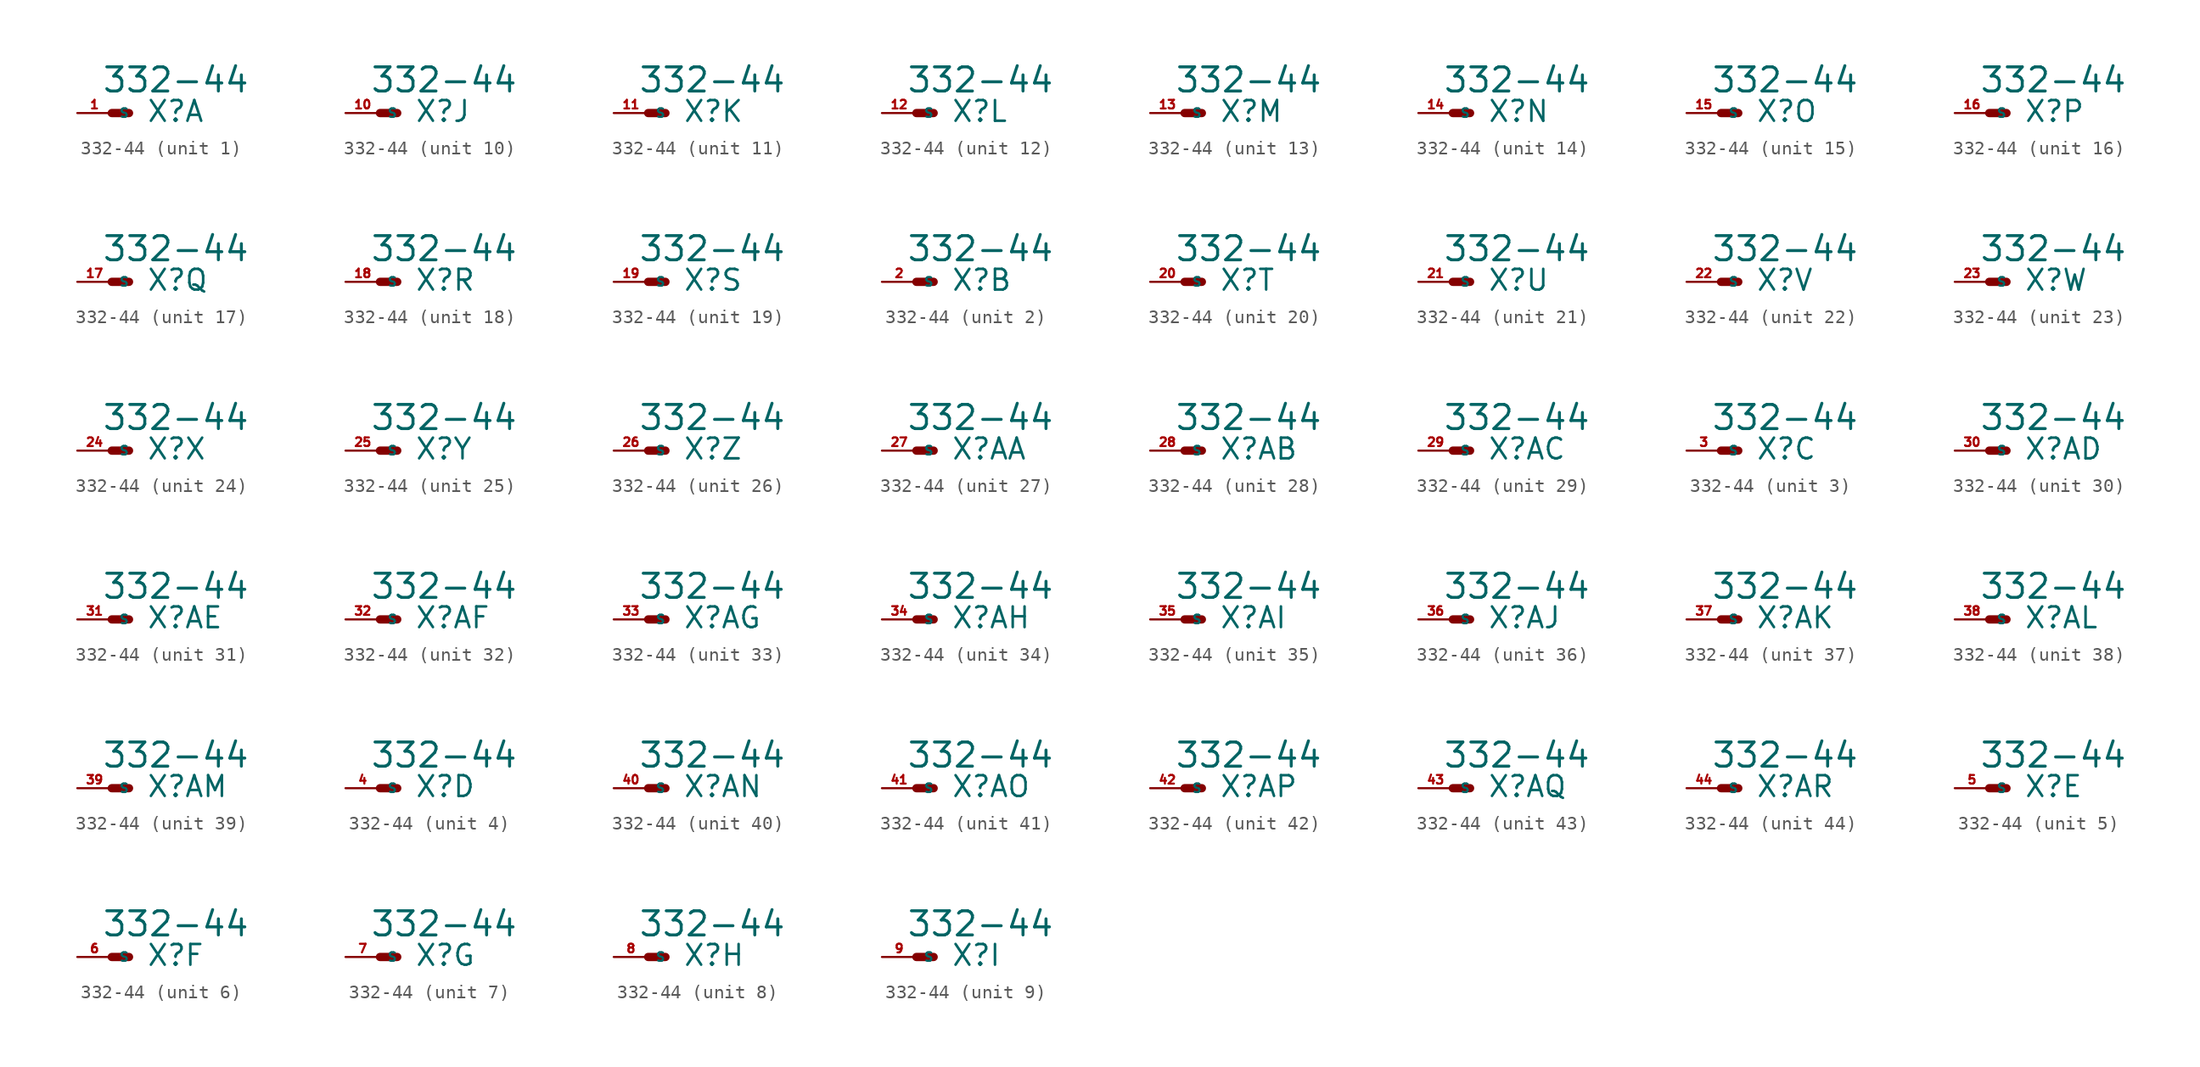
<source format=kicad_sym>
(kicad_symbol_lib
  (version 20220914)
  (generator Eagle2Kicad)
  (symbol "332-44"
    (property "Reference" "X"
      (at 2.54 -0.762 0)
      (effects (font (size 1.524 1.524) (thickness 0.19)) (justify left bottom)))
    (property "Value" "332-44"
      (at -0.762 1.397 0)
      (effects (font (size 1.778 1.778) (thickness 0.22)) (justify left bottom)))
    (symbol "332-44_1_0"
      (polyline (pts (xy 1.27 0) (xy 0 0)) (stroke (width 0.61) (type default)) (fill (type none)))
      (pin passive line (at -2.54 0 0) (length 2.54) (name "S" (effects (font (size 0.635 0.635) (thickness 0.08)) (justify left bottom))) (number "1" (effects (font (size 0.635 0.635) (thickness 0.08)) (justify left bottom)))))
    (symbol "332-44_2_0"
      (polyline (pts (xy 1.27 0) (xy 0 0)) (stroke (width 0.61) (type default)) (fill (type none)))
      (pin passive line (at -2.54 0 0) (length 2.54) (name "S" (effects (font (size 0.635 0.635) (thickness 0.08)) (justify left bottom))) (number "2" (effects (font (size 0.635 0.635) (thickness 0.08)) (justify left bottom)))))
    (symbol "332-44_3_0"
      (polyline (pts (xy 1.27 0) (xy 0 0)) (stroke (width 0.61) (type default)) (fill (type none)))
      (pin passive line (at -2.54 0 0) (length 2.54) (name "S" (effects (font (size 0.635 0.635) (thickness 0.08)) (justify left bottom))) (number "3" (effects (font (size 0.635 0.635) (thickness 0.08)) (justify left bottom)))))
    (symbol "332-44_4_0"
      (polyline (pts (xy 1.27 0) (xy 0 0)) (stroke (width 0.61) (type default)) (fill (type none)))
      (pin passive line (at -2.54 0 0) (length 2.54) (name "S" (effects (font (size 0.635 0.635) (thickness 0.08)) (justify left bottom))) (number "4" (effects (font (size 0.635 0.635) (thickness 0.08)) (justify left bottom)))))
    (symbol "332-44_5_0"
      (polyline (pts (xy 1.27 0) (xy 0 0)) (stroke (width 0.61) (type default)) (fill (type none)))
      (pin passive line (at -2.54 0 0) (length 2.54) (name "S" (effects (font (size 0.635 0.635) (thickness 0.08)) (justify left bottom))) (number "5" (effects (font (size 0.635 0.635) (thickness 0.08)) (justify left bottom)))))
    (symbol "332-44_6_0"
      (polyline (pts (xy 1.27 0) (xy 0 0)) (stroke (width 0.61) (type default)) (fill (type none)))
      (pin passive line (at -2.54 0 0) (length 2.54) (name "S" (effects (font (size 0.635 0.635) (thickness 0.08)) (justify left bottom))) (number "6" (effects (font (size 0.635 0.635) (thickness 0.08)) (justify left bottom)))))
    (symbol "332-44_7_0"
      (polyline (pts (xy 1.27 0) (xy 0 0)) (stroke (width 0.61) (type default)) (fill (type none)))
      (pin passive line (at -2.54 0 0) (length 2.54) (name "S" (effects (font (size 0.635 0.635) (thickness 0.08)) (justify left bottom))) (number "7" (effects (font (size 0.635 0.635) (thickness 0.08)) (justify left bottom)))))
    (symbol "332-44_8_0"
      (polyline (pts (xy 1.27 0) (xy 0 0)) (stroke (width 0.61) (type default)) (fill (type none)))
      (pin passive line (at -2.54 0 0) (length 2.54) (name "S" (effects (font (size 0.635 0.635) (thickness 0.08)) (justify left bottom))) (number "8" (effects (font (size 0.635 0.635) (thickness 0.08)) (justify left bottom)))))
    (symbol "332-44_9_0"
      (polyline (pts (xy 1.27 0) (xy 0 0)) (stroke (width 0.61) (type default)) (fill (type none)))
      (pin passive line (at -2.54 0 0) (length 2.54) (name "S" (effects (font (size 0.635 0.635) (thickness 0.08)) (justify left bottom))) (number "9" (effects (font (size 0.635 0.635) (thickness 0.08)) (justify left bottom)))))
    (symbol "332-44_10_0"
      (polyline (pts (xy 1.27 0) (xy 0 0)) (stroke (width 0.61) (type default)) (fill (type none)))
      (pin passive line (at -2.54 0 0) (length 2.54) (name "S" (effects (font (size 0.635 0.635) (thickness 0.08)) (justify left bottom))) (number "10" (effects (font (size 0.635 0.635) (thickness 0.08)) (justify left bottom)))))
    (symbol "332-44_11_0"
      (polyline (pts (xy 1.27 0) (xy 0 0)) (stroke (width 0.61) (type default)) (fill (type none)))
      (pin passive line (at -2.54 0 0) (length 2.54) (name "S" (effects (font (size 0.635 0.635) (thickness 0.08)) (justify left bottom))) (number "11" (effects (font (size 0.635 0.635) (thickness 0.08)) (justify left bottom)))))
    (symbol "332-44_12_0"
      (polyline (pts (xy 1.27 0) (xy 0 0)) (stroke (width 0.61) (type default)) (fill (type none)))
      (pin passive line (at -2.54 0 0) (length 2.54) (name "S" (effects (font (size 0.635 0.635) (thickness 0.08)) (justify left bottom))) (number "12" (effects (font (size 0.635 0.635) (thickness 0.08)) (justify left bottom)))))
    (symbol "332-44_13_0"
      (polyline (pts (xy 1.27 0) (xy 0 0)) (stroke (width 0.61) (type default)) (fill (type none)))
      (pin passive line (at -2.54 0 0) (length 2.54) (name "S" (effects (font (size 0.635 0.635) (thickness 0.08)) (justify left bottom))) (number "13" (effects (font (size 0.635 0.635) (thickness 0.08)) (justify left bottom)))))
    (symbol "332-44_14_0"
      (polyline (pts (xy 1.27 0) (xy 0 0)) (stroke (width 0.61) (type default)) (fill (type none)))
      (pin passive line (at -2.54 0 0) (length 2.54) (name "S" (effects (font (size 0.635 0.635) (thickness 0.08)) (justify left bottom))) (number "14" (effects (font (size 0.635 0.635) (thickness 0.08)) (justify left bottom)))))
    (symbol "332-44_15_0"
      (polyline (pts (xy 1.27 0) (xy 0 0)) (stroke (width 0.61) (type default)) (fill (type none)))
      (pin passive line (at -2.54 0 0) (length 2.54) (name "S" (effects (font (size 0.635 0.635) (thickness 0.08)) (justify left bottom))) (number "15" (effects (font (size 0.635 0.635) (thickness 0.08)) (justify left bottom)))))
    (symbol "332-44_16_0"
      (polyline (pts (xy 1.27 0) (xy 0 0)) (stroke (width 0.61) (type default)) (fill (type none)))
      (pin passive line (at -2.54 0 0) (length 2.54) (name "S" (effects (font (size 0.635 0.635) (thickness 0.08)) (justify left bottom))) (number "16" (effects (font (size 0.635 0.635) (thickness 0.08)) (justify left bottom)))))
    (symbol "332-44_17_0"
      (polyline (pts (xy 1.27 0) (xy 0 0)) (stroke (width 0.61) (type default)) (fill (type none)))
      (pin passive line (at -2.54 0 0) (length 2.54) (name "S" (effects (font (size 0.635 0.635) (thickness 0.08)) (justify left bottom))) (number "17" (effects (font (size 0.635 0.635) (thickness 0.08)) (justify left bottom)))))
    (symbol "332-44_18_0"
      (polyline (pts (xy 1.27 0) (xy 0 0)) (stroke (width 0.61) (type default)) (fill (type none)))
      (pin passive line (at -2.54 0 0) (length 2.54) (name "S" (effects (font (size 0.635 0.635) (thickness 0.08)) (justify left bottom))) (number "18" (effects (font (size 0.635 0.635) (thickness 0.08)) (justify left bottom)))))
    (symbol "332-44_19_0"
      (polyline (pts (xy 1.27 0) (xy 0 0)) (stroke (width 0.61) (type default)) (fill (type none)))
      (pin passive line (at -2.54 0 0) (length 2.54) (name "S" (effects (font (size 0.635 0.635) (thickness 0.08)) (justify left bottom))) (number "19" (effects (font (size 0.635 0.635) (thickness 0.08)) (justify left bottom)))))
    (symbol "332-44_20_0"
      (polyline (pts (xy 1.27 0) (xy 0 0)) (stroke (width 0.61) (type default)) (fill (type none)))
      (pin passive line (at -2.54 0 0) (length 2.54) (name "S" (effects (font (size 0.635 0.635) (thickness 0.08)) (justify left bottom))) (number "20" (effects (font (size 0.635 0.635) (thickness 0.08)) (justify left bottom)))))
    (symbol "332-44_21_0"
      (polyline (pts (xy 1.27 0) (xy 0 0)) (stroke (width 0.61) (type default)) (fill (type none)))
      (pin passive line (at -2.54 0 0) (length 2.54) (name "S" (effects (font (size 0.635 0.635) (thickness 0.08)) (justify left bottom))) (number "21" (effects (font (size 0.635 0.635) (thickness 0.08)) (justify left bottom)))))
    (symbol "332-44_22_0"
      (polyline (pts (xy 1.27 0) (xy 0 0)) (stroke (width 0.61) (type default)) (fill (type none)))
      (pin passive line (at -2.54 0 0) (length 2.54) (name "S" (effects (font (size 0.635 0.635) (thickness 0.08)) (justify left bottom))) (number "22" (effects (font (size 0.635 0.635) (thickness 0.08)) (justify left bottom)))))
    (symbol "332-44_23_0"
      (polyline (pts (xy 1.27 0) (xy 0 0)) (stroke (width 0.61) (type default)) (fill (type none)))
      (pin passive line (at -2.54 0 0) (length 2.54) (name "S" (effects (font (size 0.635 0.635) (thickness 0.08)) (justify left bottom))) (number "23" (effects (font (size 0.635 0.635) (thickness 0.08)) (justify left bottom)))))
    (symbol "332-44_24_0"
      (polyline (pts (xy 1.27 0) (xy 0 0)) (stroke (width 0.61) (type default)) (fill (type none)))
      (pin passive line (at -2.54 0 0) (length 2.54) (name "S" (effects (font (size 0.635 0.635) (thickness 0.08)) (justify left bottom))) (number "24" (effects (font (size 0.635 0.635) (thickness 0.08)) (justify left bottom)))))
    (symbol "332-44_25_0"
      (polyline (pts (xy 1.27 0) (xy 0 0)) (stroke (width 0.61) (type default)) (fill (type none)))
      (pin passive line (at -2.54 0 0) (length 2.54) (name "S" (effects (font (size 0.635 0.635) (thickness 0.08)) (justify left bottom))) (number "25" (effects (font (size 0.635 0.635) (thickness 0.08)) (justify left bottom)))))
    (symbol "332-44_26_0"
      (polyline (pts (xy 1.27 0) (xy 0 0)) (stroke (width 0.61) (type default)) (fill (type none)))
      (pin passive line (at -2.54 0 0) (length 2.54) (name "S" (effects (font (size 0.635 0.635) (thickness 0.08)) (justify left bottom))) (number "26" (effects (font (size 0.635 0.635) (thickness 0.08)) (justify left bottom)))))
    (symbol "332-44_27_0"
      (polyline (pts (xy 1.27 0) (xy 0 0)) (stroke (width 0.61) (type default)) (fill (type none)))
      (pin passive line (at -2.54 0 0) (length 2.54) (name "S" (effects (font (size 0.635 0.635) (thickness 0.08)) (justify left bottom))) (number "27" (effects (font (size 0.635 0.635) (thickness 0.08)) (justify left bottom)))))
    (symbol "332-44_28_0"
      (polyline (pts (xy 1.27 0) (xy 0 0)) (stroke (width 0.61) (type default)) (fill (type none)))
      (pin passive line (at -2.54 0 0) (length 2.54) (name "S" (effects (font (size 0.635 0.635) (thickness 0.08)) (justify left bottom))) (number "28" (effects (font (size 0.635 0.635) (thickness 0.08)) (justify left bottom)))))
    (symbol "332-44_29_0"
      (polyline (pts (xy 1.27 0) (xy 0 0)) (stroke (width 0.61) (type default)) (fill (type none)))
      (pin passive line (at -2.54 0 0) (length 2.54) (name "S" (effects (font (size 0.635 0.635) (thickness 0.08)) (justify left bottom))) (number "29" (effects (font (size 0.635 0.635) (thickness 0.08)) (justify left bottom)))))
    (symbol "332-44_30_0"
      (polyline (pts (xy 1.27 0) (xy 0 0)) (stroke (width 0.61) (type default)) (fill (type none)))
      (pin passive line (at -2.54 0 0) (length 2.54) (name "S" (effects (font (size 0.635 0.635) (thickness 0.08)) (justify left bottom))) (number "30" (effects (font (size 0.635 0.635) (thickness 0.08)) (justify left bottom)))))
    (symbol "332-44_31_0"
      (polyline (pts (xy 1.27 0) (xy 0 0)) (stroke (width 0.61) (type default)) (fill (type none)))
      (pin passive line (at -2.54 0 0) (length 2.54) (name "S" (effects (font (size 0.635 0.635) (thickness 0.08)) (justify left bottom))) (number "31" (effects (font (size 0.635 0.635) (thickness 0.08)) (justify left bottom)))))
    (symbol "332-44_32_0"
      (polyline (pts (xy 1.27 0) (xy 0 0)) (stroke (width 0.61) (type default)) (fill (type none)))
      (pin passive line (at -2.54 0 0) (length 2.54) (name "S" (effects (font (size 0.635 0.635) (thickness 0.08)) (justify left bottom))) (number "32" (effects (font (size 0.635 0.635) (thickness 0.08)) (justify left bottom)))))
    (symbol "332-44_33_0"
      (polyline (pts (xy 1.27 0) (xy 0 0)) (stroke (width 0.61) (type default)) (fill (type none)))
      (pin passive line (at -2.54 0 0) (length 2.54) (name "S" (effects (font (size 0.635 0.635) (thickness 0.08)) (justify left bottom))) (number "33" (effects (font (size 0.635 0.635) (thickness 0.08)) (justify left bottom)))))
    (symbol "332-44_34_0"
      (polyline (pts (xy 1.27 0) (xy 0 0)) (stroke (width 0.61) (type default)) (fill (type none)))
      (pin passive line (at -2.54 0 0) (length 2.54) (name "S" (effects (font (size 0.635 0.635) (thickness 0.08)) (justify left bottom))) (number "34" (effects (font (size 0.635 0.635) (thickness 0.08)) (justify left bottom)))))
    (symbol "332-44_35_0"
      (polyline (pts (xy 1.27 0) (xy 0 0)) (stroke (width 0.61) (type default)) (fill (type none)))
      (pin passive line (at -2.54 0 0) (length 2.54) (name "S" (effects (font (size 0.635 0.635) (thickness 0.08)) (justify left bottom))) (number "35" (effects (font (size 0.635 0.635) (thickness 0.08)) (justify left bottom)))))
    (symbol "332-44_36_0"
      (polyline (pts (xy 1.27 0) (xy 0 0)) (stroke (width 0.61) (type default)) (fill (type none)))
      (pin passive line (at -2.54 0 0) (length 2.54) (name "S" (effects (font (size 0.635 0.635) (thickness 0.08)) (justify left bottom))) (number "36" (effects (font (size 0.635 0.635) (thickness 0.08)) (justify left bottom)))))
    (symbol "332-44_37_0"
      (polyline (pts (xy 1.27 0) (xy 0 0)) (stroke (width 0.61) (type default)) (fill (type none)))
      (pin passive line (at -2.54 0 0) (length 2.54) (name "S" (effects (font (size 0.635 0.635) (thickness 0.08)) (justify left bottom))) (number "37" (effects (font (size 0.635 0.635) (thickness 0.08)) (justify left bottom)))))
    (symbol "332-44_38_0"
      (polyline (pts (xy 1.27 0) (xy 0 0)) (stroke (width 0.61) (type default)) (fill (type none)))
      (pin passive line (at -2.54 0 0) (length 2.54) (name "S" (effects (font (size 0.635 0.635) (thickness 0.08)) (justify left bottom))) (number "38" (effects (font (size 0.635 0.635) (thickness 0.08)) (justify left bottom)))))
    (symbol "332-44_39_0"
      (polyline (pts (xy 1.27 0) (xy 0 0)) (stroke (width 0.61) (type default)) (fill (type none)))
      (pin passive line (at -2.54 0 0) (length 2.54) (name "S" (effects (font (size 0.635 0.635) (thickness 0.08)) (justify left bottom))) (number "39" (effects (font (size 0.635 0.635) (thickness 0.08)) (justify left bottom)))))
    (symbol "332-44_40_0"
      (polyline (pts (xy 1.27 0) (xy 0 0)) (stroke (width 0.61) (type default)) (fill (type none)))
      (pin passive line (at -2.54 0 0) (length 2.54) (name "S" (effects (font (size 0.635 0.635) (thickness 0.08)) (justify left bottom))) (number "40" (effects (font (size 0.635 0.635) (thickness 0.08)) (justify left bottom)))))
    (symbol "332-44_41_0"
      (polyline (pts (xy 1.27 0) (xy 0 0)) (stroke (width 0.61) (type default)) (fill (type none)))
      (pin passive line (at -2.54 0 0) (length 2.54) (name "S" (effects (font (size 0.635 0.635) (thickness 0.08)) (justify left bottom))) (number "41" (effects (font (size 0.635 0.635) (thickness 0.08)) (justify left bottom)))))
    (symbol "332-44_42_0"
      (polyline (pts (xy 1.27 0) (xy 0 0)) (stroke (width 0.61) (type default)) (fill (type none)))
      (pin passive line (at -2.54 0 0) (length 2.54) (name "S" (effects (font (size 0.635 0.635) (thickness 0.08)) (justify left bottom))) (number "42" (effects (font (size 0.635 0.635) (thickness 0.08)) (justify left bottom)))))
    (symbol "332-44_43_0"
      (polyline (pts (xy 1.27 0) (xy 0 0)) (stroke (width 0.61) (type default)) (fill (type none)))
      (pin passive line (at -2.54 0 0) (length 2.54) (name "S" (effects (font (size 0.635 0.635) (thickness 0.08)) (justify left bottom))) (number "43" (effects (font (size 0.635 0.635) (thickness 0.08)) (justify left bottom)))))
    (symbol "332-44_44_0"
      (polyline (pts (xy 1.27 0) (xy 0 0)) (stroke (width 0.61) (type default)) (fill (type none)))
      (pin passive line (at -2.54 0 0) (length 2.54) (name "S" (effects (font (size 0.635 0.635) (thickness 0.08)) (justify left bottom))) (number "44" (effects (font (size 0.635 0.635) (thickness 0.08)) (justify left bottom)))))))
</source>
